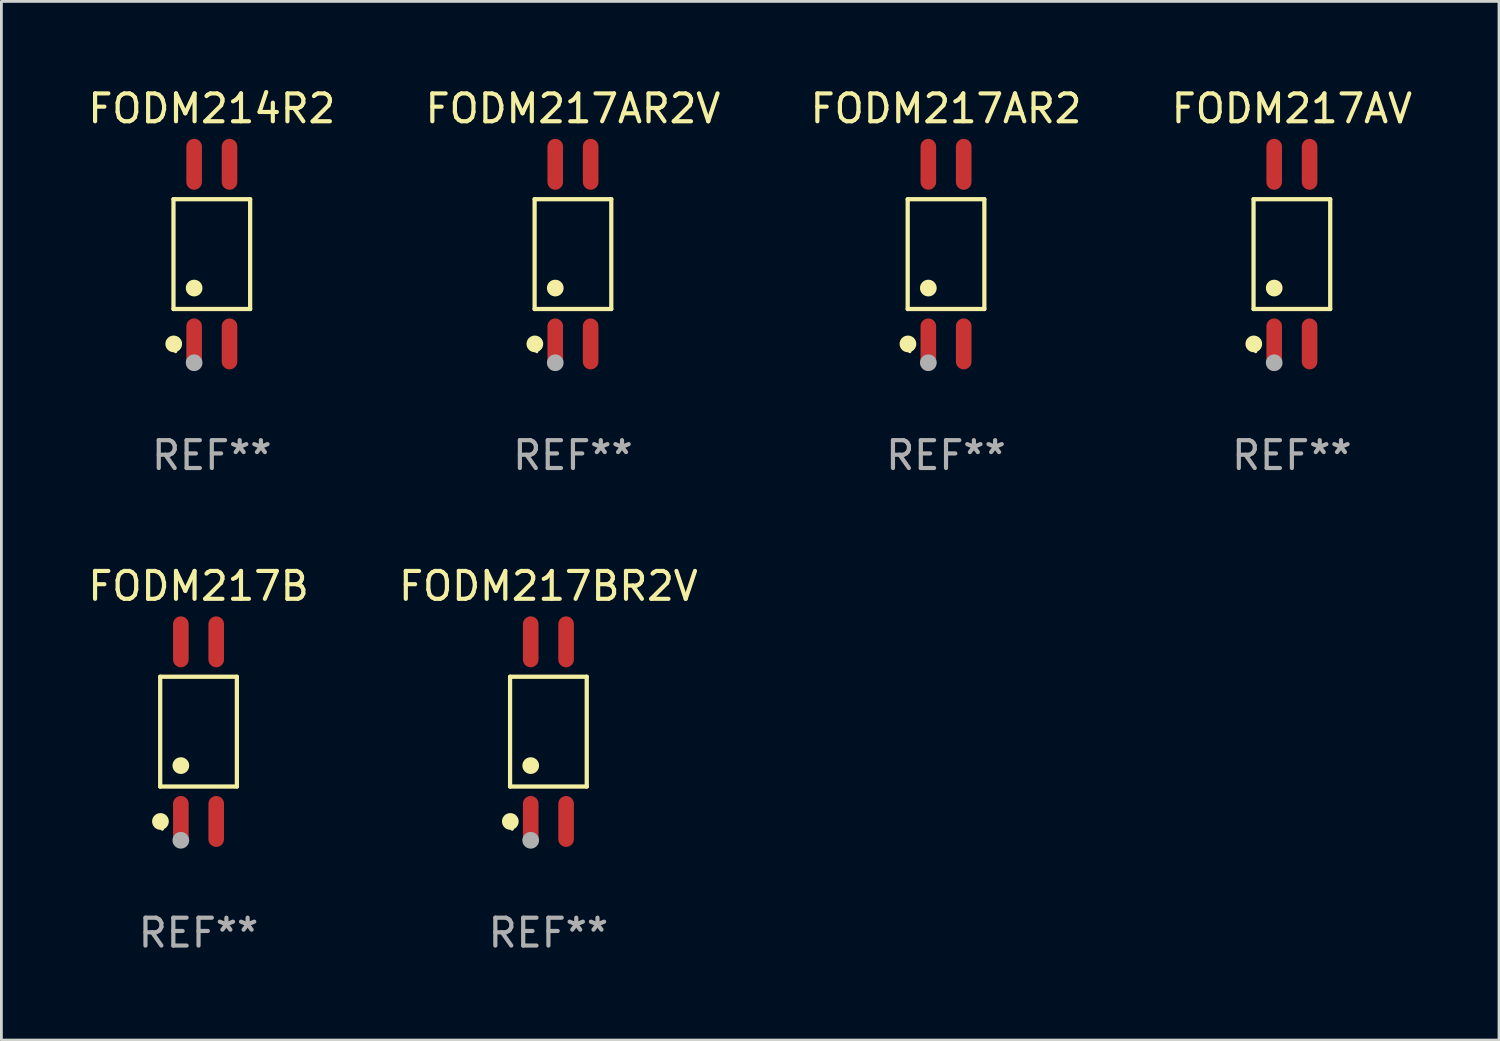
<source format=kicad_pcb>
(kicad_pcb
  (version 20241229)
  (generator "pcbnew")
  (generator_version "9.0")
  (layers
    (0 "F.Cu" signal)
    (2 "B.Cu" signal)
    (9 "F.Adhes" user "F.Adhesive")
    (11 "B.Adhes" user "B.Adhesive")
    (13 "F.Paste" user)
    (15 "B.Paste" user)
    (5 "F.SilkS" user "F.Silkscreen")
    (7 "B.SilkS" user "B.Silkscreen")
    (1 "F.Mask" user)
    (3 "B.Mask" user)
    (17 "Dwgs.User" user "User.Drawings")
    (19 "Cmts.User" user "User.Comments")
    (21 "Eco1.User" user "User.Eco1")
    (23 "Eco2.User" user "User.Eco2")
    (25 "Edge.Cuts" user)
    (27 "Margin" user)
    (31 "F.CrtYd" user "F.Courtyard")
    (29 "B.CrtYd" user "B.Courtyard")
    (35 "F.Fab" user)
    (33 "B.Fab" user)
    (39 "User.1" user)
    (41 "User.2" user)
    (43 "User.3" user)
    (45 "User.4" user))
  (footprint "FODM217AV"
    (layer "F.Cu")
    (at 43.327 6.072)
    (property "Reference" "FODM217AV" (at 0 -5.224 0) (layer "F.SilkS") (effects (font (size 1 1) (thickness 0.15))))
    (attr through_hole)
    (fp_line (start -1.376 -1.971) (end 1.376 -1.971) (stroke (width 0.152) (type solid)) (layer "F.SilkS"))
    (fp_line (start -1.376 1.971) (end -1.376 -1.971) (stroke (width 0.152) (type solid)) (layer "F.SilkS"))
    (fp_line (start 1.376 -1.971) (end 1.376 1.971) (stroke (width 0.152) (type solid)) (layer "F.SilkS"))
    (fp_line (start 1.376 1.971) (end -1.376 1.971) (stroke (width 0.152) (type solid)) (layer "F.SilkS"))
    (fp_circle (center -1.367 3.224) (end -1.217 3.224) (stroke (width 0.3) (type solid)) (fill no) (layer "F.SilkS"))
    (fp_circle (center -1.3 3.5) (end -1.27 3.5) (stroke (width 0.06) (type solid)) (fill no) (layer "F.SilkS"))
    (fp_circle (center -0.635 1.219) (end -0.485 1.219) (stroke (width 0.3) (type solid)) (fill no) (layer "F.SilkS"))
    (fp_circle (center -0.635 3.9) (end -0.485 3.9) (stroke (width 0.3) (type solid)) (fill no) (layer "F.Fab"))
    (fp_text user "REF**" (at 0 7.224 0) (layer "F.Fab") (effects (font (size 1 1) (thickness 0.15))))
    (pad "1" smd oval (at -0.635 3.224) (size 0.56 1.827) (layers "F.Cu" "F.Mask" "F.Paste"))
    (pad "2" smd oval (at 0.635 3.224) (size 0.56 1.827) (layers "F.Cu" "F.Mask" "F.Paste"))
    (pad "3" smd oval (at 0.635 -3.224) (size 0.56 1.827) (layers "F.Cu" "F.Mask" "F.Paste"))
    (pad "4" smd oval (at -0.635 -3.224) (size 0.56 1.827) (layers "F.Cu" "F.Mask" "F.Paste")))
  (footprint "FODM217AR2"
    (layer "F.Cu")
    (at 30.911 6.072)
    (property "Reference" "FODM217AR2" (at 0 -5.224 0) (layer "F.SilkS") (effects (font (size 1 1) (thickness 0.15))))
    (attr through_hole)
    (fp_line (start -1.376 -1.971) (end 1.376 -1.971) (stroke (width 0.152) (type solid)) (layer "F.SilkS"))
    (fp_line (start -1.376 1.971) (end -1.376 -1.971) (stroke (width 0.152) (type solid)) (layer "F.SilkS"))
    (fp_line (start 1.376 -1.971) (end 1.376 1.971) (stroke (width 0.152) (type solid)) (layer "F.SilkS"))
    (fp_line (start 1.376 1.971) (end -1.376 1.971) (stroke (width 0.152) (type solid)) (layer "F.SilkS"))
    (fp_circle (center -1.367 3.224) (end -1.217 3.224) (stroke (width 0.3) (type solid)) (fill no) (layer "F.SilkS"))
    (fp_circle (center -1.3 3.5) (end -1.27 3.5) (stroke (width 0.06) (type solid)) (fill no) (layer "F.SilkS"))
    (fp_circle (center -0.635 1.219) (end -0.485 1.219) (stroke (width 0.3) (type solid)) (fill no) (layer "F.SilkS"))
    (fp_circle (center -0.635 3.9) (end -0.485 3.9) (stroke (width 0.3) (type solid)) (fill no) (layer "F.Fab"))
    (fp_text user "REF**" (at 0 7.224 0) (layer "F.Fab") (effects (font (size 1 1) (thickness 0.15))))
    (pad "1" smd oval (at -0.635 3.224) (size 0.56 1.827) (layers "F.Cu" "F.Mask" "F.Paste"))
    (pad "2" smd oval (at 0.635 3.224) (size 0.56 1.827) (layers "F.Cu" "F.Mask" "F.Paste"))
    (pad "3" smd oval (at 0.635 -3.224) (size 0.56 1.827) (layers "F.Cu" "F.Mask" "F.Paste"))
    (pad "4" smd oval (at -0.635 -3.224) (size 0.56 1.827) (layers "F.Cu" "F.Mask" "F.Paste")))
  (footprint "FODM214R2"
    (layer "F.Cu")
    (at 4.554 6.072)
    (property "Reference" "FODM214R2" (at 0 -5.224 0) (layer "F.SilkS") (effects (font (size 1 1) (thickness 0.15))))
    (attr through_hole)
    (fp_line (start -1.376 -1.971) (end 1.376 -1.971) (stroke (width 0.152) (type solid)) (layer "F.SilkS"))
    (fp_line (start -1.376 1.971) (end -1.376 -1.971) (stroke (width 0.152) (type solid)) (layer "F.SilkS"))
    (fp_line (start 1.376 -1.971) (end 1.376 1.971) (stroke (width 0.152) (type solid)) (layer "F.SilkS"))
    (fp_line (start 1.376 1.971) (end -1.376 1.971) (stroke (width 0.152) (type solid)) (layer "F.SilkS"))
    (fp_circle (center -1.367 3.224) (end -1.217 3.224) (stroke (width 0.3) (type solid)) (fill no) (layer "F.SilkS"))
    (fp_circle (center -1.3 3.5) (end -1.27 3.5) (stroke (width 0.06) (type solid)) (fill no) (layer "F.SilkS"))
    (fp_circle (center -0.635 1.219) (end -0.485 1.219) (stroke (width 0.3) (type solid)) (fill no) (layer "F.SilkS"))
    (fp_circle (center -0.635 3.9) (end -0.485 3.9) (stroke (width 0.3) (type solid)) (fill no) (layer "F.Fab"))
    (fp_text user "REF**" (at 0 7.224 0) (layer "F.Fab") (effects (font (size 1 1) (thickness 0.15))))
    (pad "1" smd oval (at -0.635 3.224) (size 0.56 1.827) (layers "F.Cu" "F.Mask" "F.Paste"))
    (pad "2" smd oval (at 0.635 3.224) (size 0.56 1.827) (layers "F.Cu" "F.Mask" "F.Paste"))
    (pad "3" smd oval (at 0.635 -3.224) (size 0.56 1.827) (layers "F.Cu" "F.Mask" "F.Paste"))
    (pad "4" smd oval (at -0.635 -3.224) (size 0.56 1.827) (layers "F.Cu" "F.Mask" "F.Paste")))
  (footprint "FODM217BR2V"
    (layer "F.Cu")
    (at 16.637 23.215)
    (property "Reference" "FODM217BR2V" (at 0 -5.224 0) (layer "F.SilkS") (effects (font (size 1 1) (thickness 0.15))))
    (attr through_hole)
    (fp_line (start -1.376 -1.971) (end 1.376 -1.971) (stroke (width 0.152) (type solid)) (layer "F.SilkS"))
    (fp_line (start -1.376 1.971) (end -1.376 -1.971) (stroke (width 0.152) (type solid)) (layer "F.SilkS"))
    (fp_line (start 1.376 -1.971) (end 1.376 1.971) (stroke (width 0.152) (type solid)) (layer "F.SilkS"))
    (fp_line (start 1.376 1.971) (end -1.376 1.971) (stroke (width 0.152) (type solid)) (layer "F.SilkS"))
    (fp_circle (center -1.367 3.224) (end -1.217 3.224) (stroke (width 0.3) (type solid)) (fill no) (layer "F.SilkS"))
    (fp_circle (center -1.3 3.5) (end -1.27 3.5) (stroke (width 0.06) (type solid)) (fill no) (layer "F.SilkS"))
    (fp_circle (center -0.635 1.219) (end -0.485 1.219) (stroke (width 0.3) (type solid)) (fill no) (layer "F.SilkS"))
    (fp_circle (center -0.635 3.9) (end -0.485 3.9) (stroke (width 0.3) (type solid)) (fill no) (layer "F.Fab"))
    (fp_text user "REF**" (at 0 7.224 0) (layer "F.Fab") (effects (font (size 1 1) (thickness 0.15))))
    (pad "1" smd oval (at -0.635 3.224) (size 0.56 1.827) (layers "F.Cu" "F.Mask" "F.Paste"))
    (pad "2" smd oval (at 0.635 3.224) (size 0.56 1.827) (layers "F.Cu" "F.Mask" "F.Paste"))
    (pad "3" smd oval (at 0.635 -3.224) (size 0.56 1.827) (layers "F.Cu" "F.Mask" "F.Paste"))
    (pad "4" smd oval (at -0.635 -3.224) (size 0.56 1.827) (layers "F.Cu" "F.Mask" "F.Paste")))
  (footprint "FODM217AR2V"
    (layer "F.Cu")
    (at 17.518 6.072)
    (property "Reference" "FODM217AR2V" (at 0 -5.224 0) (layer "F.SilkS") (effects (font (size 1 1) (thickness 0.15))))
    (attr through_hole)
    (fp_line (start -1.376 -1.971) (end 1.376 -1.971) (stroke (width 0.152) (type solid)) (layer "F.SilkS"))
    (fp_line (start -1.376 1.971) (end -1.376 -1.971) (stroke (width 0.152) (type solid)) (layer "F.SilkS"))
    (fp_line (start 1.376 -1.971) (end 1.376 1.971) (stroke (width 0.152) (type solid)) (layer "F.SilkS"))
    (fp_line (start 1.376 1.971) (end -1.376 1.971) (stroke (width 0.152) (type solid)) (layer "F.SilkS"))
    (fp_circle (center -1.367 3.224) (end -1.217 3.224) (stroke (width 0.3) (type solid)) (fill no) (layer "F.SilkS"))
    (fp_circle (center -1.3 3.5) (end -1.27 3.5) (stroke (width 0.06) (type solid)) (fill no) (layer "F.SilkS"))
    (fp_circle (center -0.635 1.219) (end -0.485 1.219) (stroke (width 0.3) (type solid)) (fill no) (layer "F.SilkS"))
    (fp_circle (center -0.635 3.9) (end -0.485 3.9) (stroke (width 0.3) (type solid)) (fill no) (layer "F.Fab"))
    (fp_text user "REF**" (at 0 7.224 0) (layer "F.Fab") (effects (font (size 1 1) (thickness 0.15))))
    (pad "1" smd oval (at -0.635 3.224) (size 0.56 1.827) (layers "F.Cu" "F.Mask" "F.Paste"))
    (pad "2" smd oval (at 0.635 3.224) (size 0.56 1.827) (layers "F.Cu" "F.Mask" "F.Paste"))
    (pad "3" smd oval (at 0.635 -3.224) (size 0.56 1.827) (layers "F.Cu" "F.Mask" "F.Paste"))
    (pad "4" smd oval (at -0.635 -3.224) (size 0.56 1.827) (layers "F.Cu" "F.Mask" "F.Paste")))
  (footprint "FODM217B"
    (layer "F.Cu")
    (at 4.077 23.215)
    (property "Reference" "FODM217B" (at 0 -5.224 0) (layer "F.SilkS") (effects (font (size 1 1) (thickness 0.15))))
    (attr through_hole)
    (fp_line (start -1.376 -1.971) (end 1.376 -1.971) (stroke (width 0.152) (type solid)) (layer "F.SilkS"))
    (fp_line (start -1.376 1.971) (end -1.376 -1.971) (stroke (width 0.152) (type solid)) (layer "F.SilkS"))
    (fp_line (start 1.376 -1.971) (end 1.376 1.971) (stroke (width 0.152) (type solid)) (layer "F.SilkS"))
    (fp_line (start 1.376 1.971) (end -1.376 1.971) (stroke (width 0.152) (type solid)) (layer "F.SilkS"))
    (fp_circle (center -1.367 3.224) (end -1.217 3.224) (stroke (width 0.3) (type solid)) (fill no) (layer "F.SilkS"))
    (fp_circle (center -1.3 3.5) (end -1.27 3.5) (stroke (width 0.06) (type solid)) (fill no) (layer "F.SilkS"))
    (fp_circle (center -0.635 1.219) (end -0.485 1.219) (stroke (width 0.3) (type solid)) (fill no) (layer "F.SilkS"))
    (fp_circle (center -0.635 3.9) (end -0.485 3.9) (stroke (width 0.3) (type solid)) (fill no) (layer "F.Fab"))
    (fp_text user "REF**" (at 0 7.224 0) (layer "F.Fab") (effects (font (size 1 1) (thickness 0.15))))
    (pad "1" smd oval (at -0.635 3.224) (size 0.56 1.827) (layers "F.Cu" "F.Mask" "F.Paste"))
    (pad "2" smd oval (at 0.635 3.224) (size 0.56 1.827) (layers "F.Cu" "F.Mask" "F.Paste"))
    (pad "3" smd oval (at 0.635 -3.224) (size 0.56 1.827) (layers "F.Cu" "F.Mask" "F.Paste"))
    (pad "4" smd oval (at -0.635 -3.224) (size 0.56 1.827) (layers "F.Cu" "F.Mask" "F.Paste")))
  (gr_rect
    (start -3 -3)
    (end 50.762 34.287)
    (stroke (width 0.1) (type default))
    (fill no)
    (layer "Edge.Cuts")))
</source>
